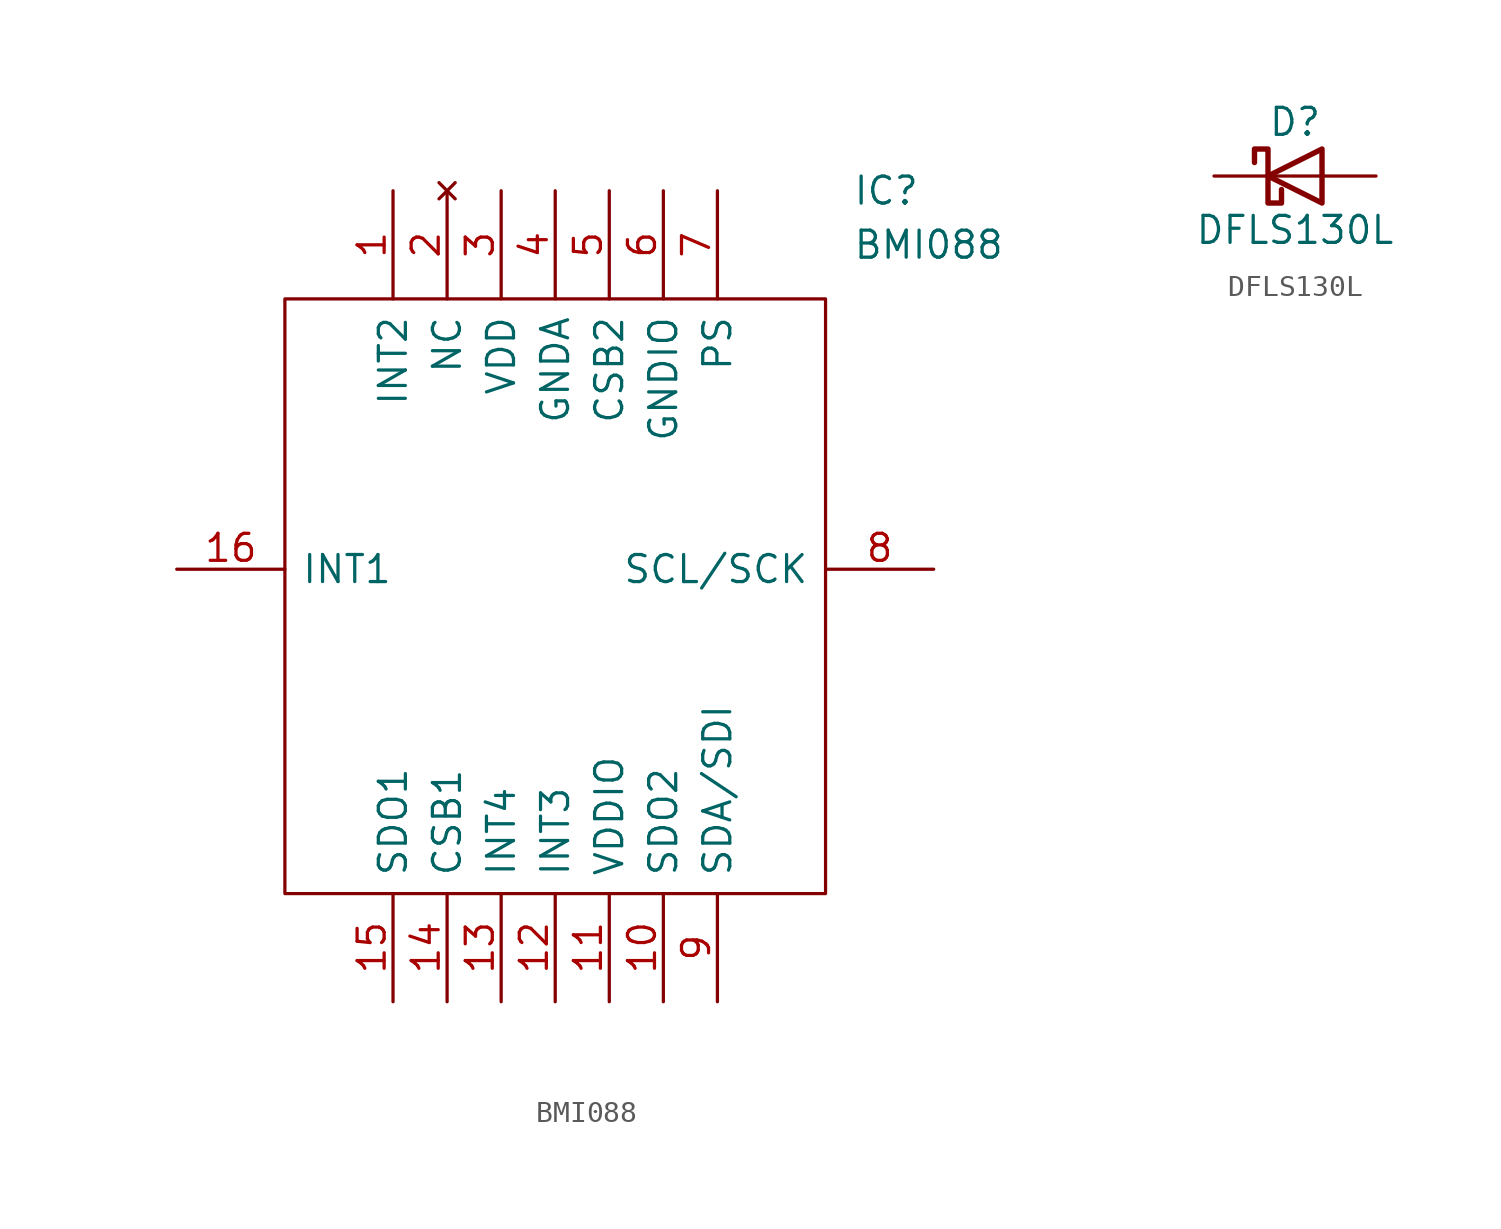
<source format=kicad_sym>
(kicad_symbol_lib
  (version 20211014)
  (generator kicad_symbol_editor)
  (symbol "BMI088"
    (pin_names
      (offset 0.762))
    (property "Reference" "IC"
      (at 31.75 17.78 0)
      (effects (font (size 1.27 1.27)) (justify left)))
    (property "Value" "BMI088"
      (at 31.75 15.24 0)
      (effects (font (size 1.27 1.27)) (justify left)))
    (symbol "BMI088_0_0"
      (pin passive line (at 10.16 17.78 270) (length 5.08) (name "INT2" (effects (font (size 1.27 1.27)))) (number "1" (effects (font (size 1.27 1.27)))))
      (pin passive line (at 22.86 -20.32 90) (length 5.08) (name "SDO2" (effects (font (size 1.27 1.27)))) (number "10" (effects (font (size 1.27 1.27)))))
      (pin passive line (at 20.32 -20.32 90) (length 5.08) (name "VDDIO" (effects (font (size 1.27 1.27)))) (number "11" (effects (font (size 1.27 1.27)))))
      (pin passive line (at 17.78 -20.32 90) (length 5.08) (name "INT3" (effects (font (size 1.27 1.27)))) (number "12" (effects (font (size 1.27 1.27)))))
      (pin passive line (at 15.24 -20.32 90) (length 5.08) (name "INT4" (effects (font (size 1.27 1.27)))) (number "13" (effects (font (size 1.27 1.27)))))
      (pin passive line (at 12.7 -20.32 90) (length 5.08) (name "CSB1" (effects (font (size 1.27 1.27)))) (number "14" (effects (font (size 1.27 1.27)))))
      (pin passive line (at 10.16 -20.32 90) (length 5.08) (name "SDO1" (effects (font (size 1.27 1.27)))) (number "15" (effects (font (size 1.27 1.27)))))
      (pin passive line (at 0 0 0) (length 5.08) (name "INT1" (effects (font (size 1.27 1.27)))) (number "16" (effects (font (size 1.27 1.27)))))
      (pin no_connect line (at 12.7 17.78 270) (length 5.08) (name "NC" (effects (font (size 1.27 1.27)))) (number "2" (effects (font (size 1.27 1.27)))))
      (pin passive line (at 15.24 17.78 270) (length 5.08) (name "VDD" (effects (font (size 1.27 1.27)))) (number "3" (effects (font (size 1.27 1.27)))))
      (pin passive line (at 17.78 17.78 270) (length 5.08) (name "GNDA" (effects (font (size 1.27 1.27)))) (number "4" (effects (font (size 1.27 1.27)))))
      (pin passive line (at 20.32 17.78 270) (length 5.08) (name "CSB2" (effects (font (size 1.27 1.27)))) (number "5" (effects (font (size 1.27 1.27)))))
      (pin passive line (at 22.86 17.78 270) (length 5.08) (name "GNDIO" (effects (font (size 1.27 1.27)))) (number "6" (effects (font (size 1.27 1.27)))))
      (pin passive line (at 25.4 17.78 270) (length 5.08) (name "PS" (effects (font (size 1.27 1.27)))) (number "7" (effects (font (size 1.27 1.27)))))
      (pin passive line (at 35.56 0 180) (length 5.08) (name "SCL/SCK" (effects (font (size 1.27 1.27)))) (number "8" (effects (font (size 1.27 1.27)))))
      (pin passive line (at 25.4 -20.32 90) (length 5.08) (name "SDA/SDI" (effects (font (size 1.27 1.27)))) (number "9" (effects (font (size 1.27 1.27))))))
    (symbol "BMI088_0_1"
      (polyline (pts (xy 5.08 12.7) (xy 30.48 12.7) (xy 30.48 -15.24) (xy 5.08 -15.24) (xy 5.08 12.7)) (stroke (width 0.152) (type default) (color 0 0 0 0)) (fill (type none)))))
  (symbol "DFLS130L"
    (pin_numbers hide)
    (pin_names
      (offset 1.016) hide)
    (property "Reference" "D"
      (at 0 2.54 0)
      (effects (font (size 1.27 1.27))))
    (property "Value" "DFLS130L"
      (at 0 -2.54 0)
      (effects (font (size 1.27 1.27))))
    (symbol "DFLS130L_0_1"
      (polyline (pts (xy 1.27 0) (xy -1.27 0)) (stroke (width 0) (type default) (color 0 0 0 0)) (fill (type none)))
      (polyline (pts (xy 1.27 1.27) (xy 1.27 -1.27) (xy -1.27 0) (xy 1.27 1.27)) (stroke (width 0.254) (type default) (color 0 0 0 0)) (fill (type none)))
      (polyline (pts (xy -1.905 0.635) (xy -1.905 1.27) (xy -1.27 1.27) (xy -1.27 -1.27) (xy -0.635 -1.27) (xy -0.635 -0.635)) (stroke (width 0.254) (type default) (color 0 0 0 0)) (fill (type none))))
    (symbol "DFLS130L_1_1"
      (pin passive line (at -3.81 0 0) (length 2.54) (name "K" (effects (font (size 1.27 1.27)))) (number "1" (effects (font (size 1.27 1.27)))))
      (pin passive line (at 3.81 0 180) (length 2.54) (name "A" (effects (font (size 1.27 1.27)))) (number "2" (effects (font (size 1.27 1.27))))))))
</source>
